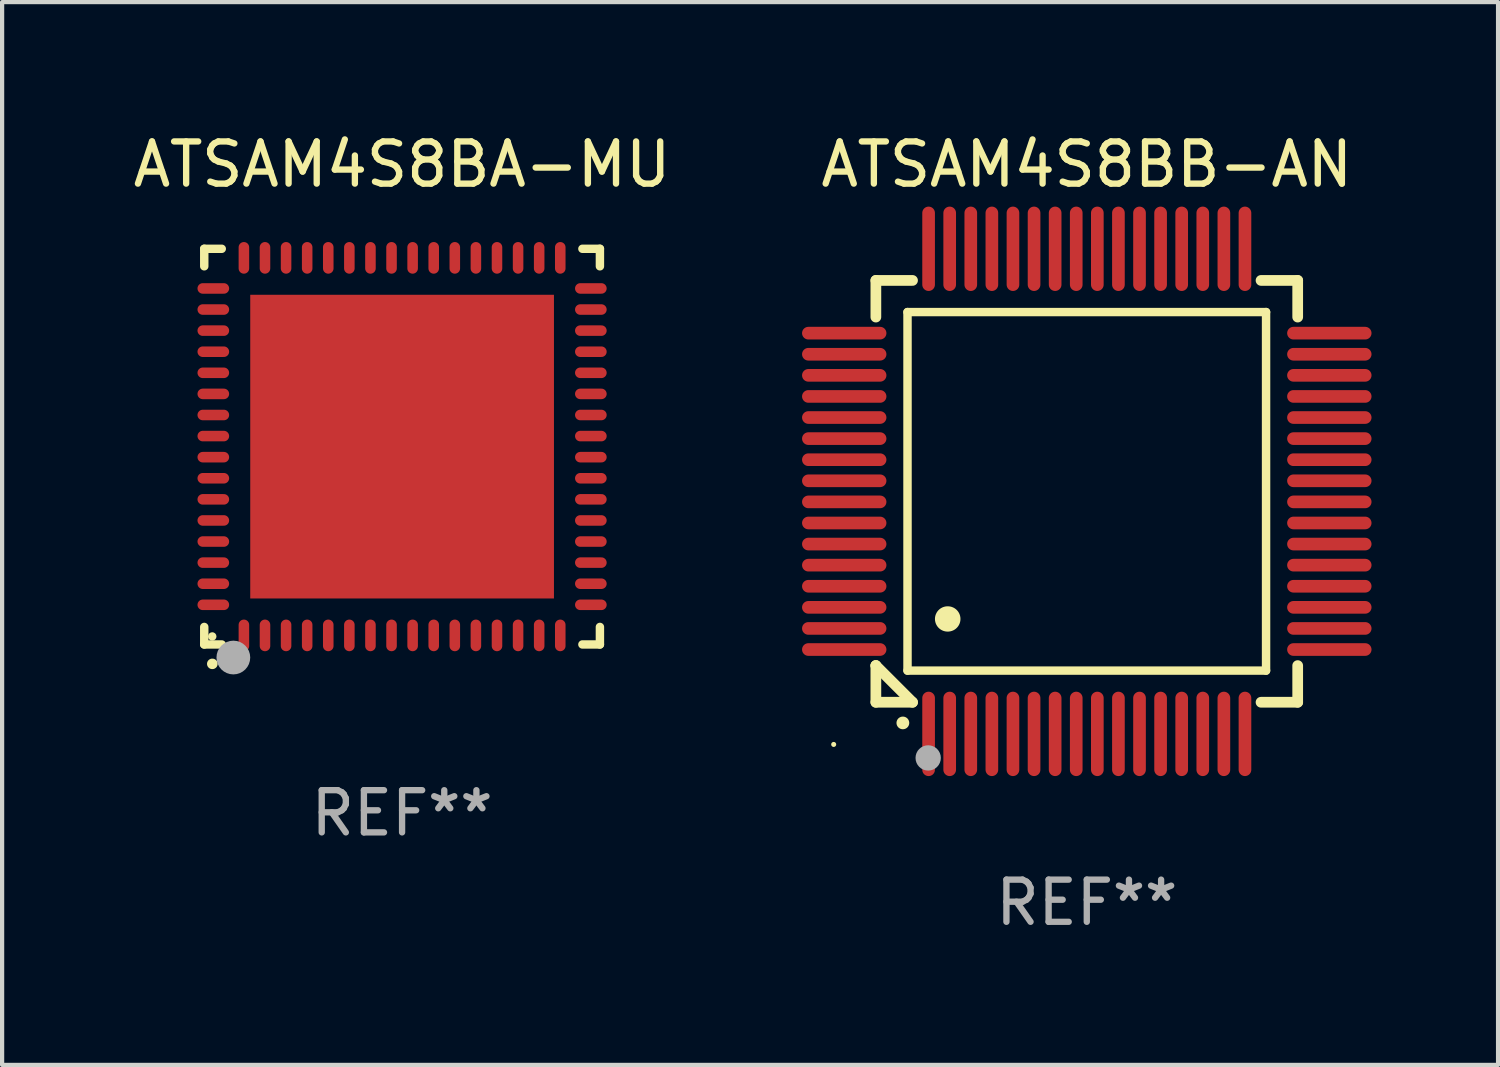
<source format=kicad_pcb>
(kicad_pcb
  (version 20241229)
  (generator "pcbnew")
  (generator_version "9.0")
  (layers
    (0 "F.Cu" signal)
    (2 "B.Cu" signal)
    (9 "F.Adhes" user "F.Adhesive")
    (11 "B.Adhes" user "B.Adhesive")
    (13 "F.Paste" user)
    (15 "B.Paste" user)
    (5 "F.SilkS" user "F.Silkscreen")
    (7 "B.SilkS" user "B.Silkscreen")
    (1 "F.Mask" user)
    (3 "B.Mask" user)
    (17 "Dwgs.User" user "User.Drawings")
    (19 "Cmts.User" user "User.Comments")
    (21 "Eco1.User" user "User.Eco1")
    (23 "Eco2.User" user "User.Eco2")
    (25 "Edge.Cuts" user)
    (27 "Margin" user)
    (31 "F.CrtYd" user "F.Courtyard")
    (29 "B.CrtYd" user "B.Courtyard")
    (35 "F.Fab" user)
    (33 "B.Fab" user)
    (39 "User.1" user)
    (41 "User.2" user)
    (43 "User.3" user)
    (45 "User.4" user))
  (footprint "ATSAM4S8BA-MU"
    (layer "F.Cu")
    (at 6.482 7.538)
    (property "Reference" "ATSAM4S8BA-MU" (at 0 -6.69 0) (layer "F.SilkS") (effects (font (size 1 1) (thickness 0.15))))
    (attr through_hole)
    (fp_line (start -4.69 -4.69) (end -4.275 -4.69) (stroke (width 0.2) (type solid)) (layer "F.SilkS"))
    (fp_line (start -4.69 -4.275) (end -4.69 -4.69) (stroke (width 0.2) (type solid)) (layer "F.SilkS"))
    (fp_line (start -4.69 4.69) (end -4.69 4.275) (stroke (width 0.2) (type solid)) (layer "F.SilkS"))
    (fp_line (start -4.275 4.69) (end -4.69 4.69) (stroke (width 0.2) (type solid)) (layer "F.SilkS"))
    (fp_line (start 4.275 4.69) (end 4.69 4.69) (stroke (width 0.2) (type solid)) (layer "F.SilkS"))
    (fp_line (start 4.69 -4.69) (end 4.275 -4.69) (stroke (width 0.2) (type solid)) (layer "F.SilkS"))
    (fp_line (start 4.69 -4.275) (end 4.69 -4.69) (stroke (width 0.2) (type solid)) (layer "F.SilkS"))
    (fp_line (start 4.69 4.69) (end 4.69 4.275) (stroke (width 0.2) (type solid)) (layer "F.SilkS"))
    (fp_arc (start -4.499886 5.15) (mid -4.498616 5.149994) (end -4.497346 5.15) (stroke (width 0.24892) (type solid)) (layer "F.SilkS"))
    (fp_circle (center -4.5 4.5) (end -4.45 4.5) (stroke (width 0.1) (type solid)) (fill no) (layer "F.SilkS"))
    (fp_circle (center -4 5) (end -3.8 5) (stroke (width 0.4) (type solid)) (fill no) (layer "F.Fab"))
    (fp_text user "REF**" (at 0 8.69 0) (layer "F.Fab") (effects (font (size 1 1) (thickness 0.15))))
    (pad "1" smd oval (at -3.75 4.475) (size 0.25 0.75) (layers "F.Cu" "F.Mask" "F.Paste"))
    (pad "2" smd oval (at -3.25 4.475) (size 0.25 0.75) (layers "F.Cu" "F.Mask" "F.Paste"))
    (pad "3" smd oval (at -2.75 4.475) (size 0.25 0.75) (layers "F.Cu" "F.Mask" "F.Paste"))
    (pad "4" smd oval (at -2.25 4.475) (size 0.25 0.75) (layers "F.Cu" "F.Mask" "F.Paste"))
    (pad "5" smd oval (at -1.75 4.475) (size 0.25 0.75) (layers "F.Cu" "F.Mask" "F.Paste"))
    (pad "6" smd oval (at -1.25 4.475) (size 0.25 0.75) (layers "F.Cu" "F.Mask" "F.Paste"))
    (pad "7" smd oval (at -0.75 4.475) (size 0.25 0.75) (layers "F.Cu" "F.Mask" "F.Paste"))
    (pad "8" smd oval (at -0.25 4.475) (size 0.25 0.75) (layers "F.Cu" "F.Mask" "F.Paste"))
    (pad "9" smd oval (at 0.25 4.475) (size 0.25 0.75) (layers "F.Cu" "F.Mask" "F.Paste"))
    (pad "10" smd oval (at 0.75 4.475) (size 0.25 0.75) (layers "F.Cu" "F.Mask" "F.Paste"))
    (pad "11" smd oval (at 1.25 4.475) (size 0.25 0.75) (layers "F.Cu" "F.Mask" "F.Paste"))
    (pad "12" smd oval (at 1.75 4.475) (size 0.25 0.75) (layers "F.Cu" "F.Mask" "F.Paste"))
    (pad "13" smd oval (at 2.25 4.475) (size 0.25 0.75) (layers "F.Cu" "F.Mask" "F.Paste"))
    (pad "14" smd oval (at 2.75 4.475) (size 0.25 0.75) (layers "F.Cu" "F.Mask" "F.Paste"))
    (pad "15" smd oval (at 3.25 4.475) (size 0.25 0.75) (layers "F.Cu" "F.Mask" "F.Paste"))
    (pad "16" smd oval (at 3.75 4.475) (size 0.25 0.75) (layers "F.Cu" "F.Mask" "F.Paste"))
    (pad "17" smd oval (at 4.475 3.75) (size 0.75 0.25) (layers "F.Cu" "F.Mask" "F.Paste"))
    (pad "18" smd oval (at 4.475 3.25) (size 0.75 0.25) (layers "F.Cu" "F.Mask" "F.Paste"))
    (pad "19" smd oval (at 4.475 2.75) (size 0.75 0.25) (layers "F.Cu" "F.Mask" "F.Paste"))
    (pad "20" smd oval (at 4.475 2.25) (size 0.75 0.25) (layers "F.Cu" "F.Mask" "F.Paste"))
    (pad "21" smd oval (at 4.475 1.75) (size 0.75 0.25) (layers "F.Cu" "F.Mask" "F.Paste"))
    (pad "22" smd oval (at 4.475 1.25) (size 0.75 0.25) (layers "F.Cu" "F.Mask" "F.Paste"))
    (pad "23" smd oval (at 4.475 0.75) (size 0.75 0.25) (layers "F.Cu" "F.Mask" "F.Paste"))
    (pad "24" smd oval (at 4.475 0.25) (size 0.75 0.25) (layers "F.Cu" "F.Mask" "F.Paste"))
    (pad "25" smd oval (at 4.475 -0.25) (size 0.75 0.25) (layers "F.Cu" "F.Mask" "F.Paste"))
    (pad "26" smd oval (at 4.475 -0.75) (size 0.75 0.25) (layers "F.Cu" "F.Mask" "F.Paste"))
    (pad "27" smd oval (at 4.475 -1.25) (size 0.75 0.25) (layers "F.Cu" "F.Mask" "F.Paste"))
    (pad "28" smd oval (at 4.475 -1.75) (size 0.75 0.25) (layers "F.Cu" "F.Mask" "F.Paste"))
    (pad "29" smd oval (at 4.475 -2.25) (size 0.75 0.25) (layers "F.Cu" "F.Mask" "F.Paste"))
    (pad "30" smd oval (at 4.475 -2.75) (size 0.75 0.25) (layers "F.Cu" "F.Mask" "F.Paste"))
    (pad "31" smd oval (at 4.475 -3.25) (size 0.75 0.25) (layers "F.Cu" "F.Mask" "F.Paste"))
    (pad "32" smd oval (at 4.475 -3.75) (size 0.75 0.25) (layers "F.Cu" "F.Mask" "F.Paste"))
    (pad "33" smd oval (at 3.75 -4.475) (size 0.25 0.75) (layers "F.Cu" "F.Mask" "F.Paste"))
    (pad "34" smd oval (at 3.25 -4.475) (size 0.25 0.75) (layers "F.Cu" "F.Mask" "F.Paste"))
    (pad "35" smd oval (at 2.75 -4.475) (size 0.25 0.75) (layers "F.Cu" "F.Mask" "F.Paste"))
    (pad "36" smd oval (at 2.25 -4.475) (size 0.25 0.75) (layers "F.Cu" "F.Mask" "F.Paste"))
    (pad "37" smd oval (at 1.75 -4.475) (size 0.25 0.75) (layers "F.Cu" "F.Mask" "F.Paste"))
    (pad "38" smd oval (at 1.25 -4.475) (size 0.25 0.75) (layers "F.Cu" "F.Mask" "F.Paste"))
    (pad "39" smd oval (at 0.75 -4.475) (size 0.25 0.75) (layers "F.Cu" "F.Mask" "F.Paste"))
    (pad "40" smd oval (at 0.25 -4.475) (size 0.25 0.75) (layers "F.Cu" "F.Mask" "F.Paste"))
    (pad "41" smd oval (at -0.25 -4.475) (size 0.25 0.75) (layers "F.Cu" "F.Mask" "F.Paste"))
    (pad "42" smd oval (at -0.75 -4.475) (size 0.25 0.75) (layers "F.Cu" "F.Mask" "F.Paste"))
    (pad "43" smd oval (at -1.25 -4.475) (size 0.25 0.75) (layers "F.Cu" "F.Mask" "F.Paste"))
    (pad "44" smd oval (at -1.75 -4.475) (size 0.25 0.75) (layers "F.Cu" "F.Mask" "F.Paste"))
    (pad "45" smd oval (at -2.25 -4.475) (size 0.25 0.75) (layers "F.Cu" "F.Mask" "F.Paste"))
    (pad "46" smd oval (at -2.75 -4.475) (size 0.25 0.75) (layers "F.Cu" "F.Mask" "F.Paste"))
    (pad "47" smd oval (at -3.25 -4.475) (size 0.25 0.75) (layers "F.Cu" "F.Mask" "F.Paste"))
    (pad "48" smd oval (at -3.75 -4.475) (size 0.25 0.75) (layers "F.Cu" "F.Mask" "F.Paste"))
    (pad "49" smd oval (at -4.475 -3.75) (size 0.75 0.25) (layers "F.Cu" "F.Mask" "F.Paste"))
    (pad "50" smd oval (at -4.475 -3.25) (size 0.75 0.25) (layers "F.Cu" "F.Mask" "F.Paste"))
    (pad "51" smd oval (at -4.475 -2.75) (size 0.75 0.25) (layers "F.Cu" "F.Mask" "F.Paste"))
    (pad "52" smd oval (at -4.475 -2.25) (size 0.75 0.25) (layers "F.Cu" "F.Mask" "F.Paste"))
    (pad "53" smd oval (at -4.475 -1.75) (size 0.75 0.25) (layers "F.Cu" "F.Mask" "F.Paste"))
    (pad "54" smd oval (at -4.475 -1.25) (size 0.75 0.25) (layers "F.Cu" "F.Mask" "F.Paste"))
    (pad "55" smd oval (at -4.475 -0.75) (size 0.75 0.25) (layers "F.Cu" "F.Mask" "F.Paste"))
    (pad "56" smd oval (at -4.475 -0.25) (size 0.75 0.25) (layers "F.Cu" "F.Mask" "F.Paste"))
    (pad "57" smd oval (at -4.475 0.25) (size 0.75 0.25) (layers "F.Cu" "F.Mask" "F.Paste"))
    (pad "58" smd oval (at -4.475 0.75) (size 0.75 0.25) (layers "F.Cu" "F.Mask" "F.Paste"))
    (pad "59" smd oval (at -4.475 1.25) (size 0.75 0.25) (layers "F.Cu" "F.Mask" "F.Paste"))
    (pad "60" smd oval (at -4.475 1.75) (size 0.75 0.25) (layers "F.Cu" "F.Mask" "F.Paste"))
    (pad "61" smd oval (at -4.475 2.25) (size 0.75 0.25) (layers "F.Cu" "F.Mask" "F.Paste"))
    (pad "62" smd oval (at -4.475 2.75) (size 0.75 0.25) (layers "F.Cu" "F.Mask" "F.Paste"))
    (pad "63" smd oval (at -4.475 3.25) (size 0.75 0.25) (layers "F.Cu" "F.Mask" "F.Paste"))
    (pad "64" smd oval (at -4.475 3.75) (size 0.75 0.25) (layers "F.Cu" "F.Mask" "F.Paste"))
    (pad "65" smd rect (at 0.000368 0.000013) (size 7.2 7.2) (layers "F.Cu" "F.Mask" "F.Paste")))
  (footprint "ATSAM4S8BB-AN"
    (layer "F.Cu")
    (at 22.714 8.598)
    (property "Reference" "ATSAM4S8BB-AN" (at 0 -7.75 0) (layer "F.SilkS") (effects (font (size 1 1) (thickness 0.15))))
    (attr through_hole)
    (fp_line (start -5 -5) (end -4.131 -5) (stroke (width 0.254) (type solid)) (layer "F.SilkS"))
    (fp_line (start -5 -4.131) (end -5 -5) (stroke (width 0.254) (type solid)) (layer "F.SilkS"))
    (fp_line (start -5 4.131) (end -5 4.131) (stroke (width 0.254) (type solid)) (layer "F.SilkS"))
    (fp_line (start -5 5) (end -5 4.131) (stroke (width 0.254) (type solid)) (layer "F.SilkS"))
    (fp_line (start -5 4.131) (end -4.131 5) (stroke (width 0.254) (type solid)) (layer "F.SilkS"))
    (fp_line (start -4.25 -4.25) (end -4.25 4.25) (stroke (width 0.2) (type solid)) (layer "F.SilkS"))
    (fp_line (start -4.25 4.25) (end 4.25 4.25) (stroke (width 0.2) (type solid)) (layer "F.SilkS"))
    (fp_line (start -4.131 5) (end -5 5) (stroke (width 0.254) (type solid)) (layer "F.SilkS"))
    (fp_line (start 4.25 -4.25) (end -4.25 -4.25) (stroke (width 0.2) (type solid)) (layer "F.SilkS"))
    (fp_line (start 4.25 4.25) (end 4.25 -4.25) (stroke (width 0.2) (type solid)) (layer "F.SilkS"))
    (fp_line (start 5 -5) (end 4.131 -5) (stroke (width 0.254) (type solid)) (layer "F.SilkS"))
    (fp_line (start 5 -5) (end 5 -4.131) (stroke (width 0.254) (type solid)) (layer "F.SilkS"))
    (fp_line (start 5 4.131) (end 5 5) (stroke (width 0.254) (type solid)) (layer "F.SilkS"))
    (fp_line (start 5 5) (end 4.131 5) (stroke (width 0.254) (type solid)) (layer "F.SilkS"))
    (fp_arc (start -4.361265 5.489992) (mid -4.359995 5.489987) (end -4.358725 5.489992) (stroke (width 0.3) (type solid)) (layer "F.SilkS"))
    (fp_arc (start -3.299467 3.025146) (mid -3.296927 3.025135) (end -3.294387 3.025146) (stroke (width 0.6) (type solid)) (layer "F.SilkS"))
    (fp_circle (center -6 6) (end -5.97 6) (stroke (width 0.06) (type solid)) (fill no) (layer "F.SilkS"))
    (fp_circle (center -3.76 6.32) (end -3.61 6.32) (stroke (width 0.3) (type solid)) (fill no) (layer "F.Fab"))
    (fp_text user "REF**" (at 0 9.75 0) (layer "F.Fab") (effects (font (size 1 1) (thickness 0.15))))
    (pad "1" smd oval (at -3.75 5.75) (size 0.3 2) (layers "F.Cu" "F.Mask" "F.Paste"))
    (pad "2" smd oval (at -3.25 5.75) (size 0.3 2) (layers "F.Cu" "F.Mask" "F.Paste"))
    (pad "3" smd oval (at -2.75 5.75) (size 0.3 2) (layers "F.Cu" "F.Mask" "F.Paste"))
    (pad "4" smd oval (at -2.25 5.75) (size 0.3 2) (layers "F.Cu" "F.Mask" "F.Paste"))
    (pad "5" smd oval (at -1.75 5.75) (size 0.3 2) (layers "F.Cu" "F.Mask" "F.Paste"))
    (pad "6" smd oval (at -1.25 5.75) (size 0.3 2) (layers "F.Cu" "F.Mask" "F.Paste"))
    (pad "7" smd oval (at -0.75 5.75) (size 0.3 2) (layers "F.Cu" "F.Mask" "F.Paste"))
    (pad "8" smd oval (at -0.25 5.75) (size 0.3 2) (layers "F.Cu" "F.Mask" "F.Paste"))
    (pad "9" smd oval (at 0.25 5.75) (size 0.3 2) (layers "F.Cu" "F.Mask" "F.Paste"))
    (pad "10" smd oval (at 0.75 5.75) (size 0.3 2) (layers "F.Cu" "F.Mask" "F.Paste"))
    (pad "11" smd oval (at 1.25 5.75) (size 0.3 2) (layers "F.Cu" "F.Mask" "F.Paste"))
    (pad "12" smd oval (at 1.75 5.75) (size 0.3 2) (layers "F.Cu" "F.Mask" "F.Paste"))
    (pad "13" smd oval (at 2.25 5.75) (size 0.3 2) (layers "F.Cu" "F.Mask" "F.Paste"))
    (pad "14" smd oval (at 2.75 5.75) (size 0.3 2) (layers "F.Cu" "F.Mask" "F.Paste"))
    (pad "15" smd oval (at 3.25 5.75) (size 0.3 2) (layers "F.Cu" "F.Mask" "F.Paste"))
    (pad "16" smd oval (at 3.75 5.75) (size 0.3 2) (layers "F.Cu" "F.Mask" "F.Paste"))
    (pad "17" smd oval (at 5.75 3.75) (size 2 0.3) (layers "F.Cu" "F.Mask" "F.Paste"))
    (pad "18" smd oval (at 5.75 3.25) (size 2 0.3) (layers "F.Cu" "F.Mask" "F.Paste"))
    (pad "19" smd oval (at 5.75 2.75) (size 2 0.3) (layers "F.Cu" "F.Mask" "F.Paste"))
    (pad "20" smd oval (at 5.75 2.25) (size 2 0.3) (layers "F.Cu" "F.Mask" "F.Paste"))
    (pad "21" smd oval (at 5.75 1.75) (size 2 0.3) (layers "F.Cu" "F.Mask" "F.Paste"))
    (pad "22" smd oval (at 5.75 1.25) (size 2 0.3) (layers "F.Cu" "F.Mask" "F.Paste"))
    (pad "23" smd oval (at 5.75 0.75) (size 2 0.3) (layers "F.Cu" "F.Mask" "F.Paste"))
    (pad "24" smd oval (at 5.75 0.25) (size 2 0.3) (layers "F.Cu" "F.Mask" "F.Paste"))
    (pad "25" smd oval (at 5.75 -0.25) (size 2 0.3) (layers "F.Cu" "F.Mask" "F.Paste"))
    (pad "26" smd oval (at 5.75 -0.75) (size 2 0.3) (layers "F.Cu" "F.Mask" "F.Paste"))
    (pad "27" smd oval (at 5.75 -1.25) (size 2 0.3) (layers "F.Cu" "F.Mask" "F.Paste"))
    (pad "28" smd oval (at 5.75 -1.75) (size 2 0.3) (layers "F.Cu" "F.Mask" "F.Paste"))
    (pad "29" smd oval (at 5.75 -2.25) (size 2 0.3) (layers "F.Cu" "F.Mask" "F.Paste"))
    (pad "30" smd oval (at 5.75 -2.75) (size 2 0.3) (layers "F.Cu" "F.Mask" "F.Paste"))
    (pad "31" smd oval (at 5.75 -3.25) (size 2 0.3) (layers "F.Cu" "F.Mask" "F.Paste"))
    (pad "32" smd oval (at 5.75 -3.75) (size 2 0.3) (layers "F.Cu" "F.Mask" "F.Paste"))
    (pad "33" smd oval (at 3.75 -5.75) (size 0.3 2) (layers "F.Cu" "F.Mask" "F.Paste"))
    (pad "34" smd oval (at 3.25 -5.75) (size 0.3 2) (layers "F.Cu" "F.Mask" "F.Paste"))
    (pad "35" smd oval (at 2.75 -5.75) (size 0.3 2) (layers "F.Cu" "F.Mask" "F.Paste"))
    (pad "36" smd oval (at 2.25 -5.75) (size 0.3 2) (layers "F.Cu" "F.Mask" "F.Paste"))
    (pad "37" smd oval (at 1.75 -5.75) (size 0.3 2) (layers "F.Cu" "F.Mask" "F.Paste"))
    (pad "38" smd oval (at 1.25 -5.75) (size 0.3 2) (layers "F.Cu" "F.Mask" "F.Paste"))
    (pad "39" smd oval (at 0.75 -5.75) (size 0.3 2) (layers "F.Cu" "F.Mask" "F.Paste"))
    (pad "40" smd oval (at 0.25 -5.75) (size 0.3 2) (layers "F.Cu" "F.Mask" "F.Paste"))
    (pad "41" smd oval (at -0.25 -5.75) (size 0.3 2) (layers "F.Cu" "F.Mask" "F.Paste"))
    (pad "42" smd oval (at -0.75 -5.75) (size 0.3 2) (layers "F.Cu" "F.Mask" "F.Paste"))
    (pad "43" smd oval (at -1.25 -5.75) (size 0.3 2) (layers "F.Cu" "F.Mask" "F.Paste"))
    (pad "44" smd oval (at -1.75 -5.75) (size 0.3 2) (layers "F.Cu" "F.Mask" "F.Paste"))
    (pad "45" smd oval (at -2.25 -5.75) (size 0.3 2) (layers "F.Cu" "F.Mask" "F.Paste"))
    (pad "46" smd oval (at -2.75 -5.75) (size 0.3 2) (layers "F.Cu" "F.Mask" "F.Paste"))
    (pad "47" smd oval (at -3.25 -5.75) (size 0.3 2) (layers "F.Cu" "F.Mask" "F.Paste"))
    (pad "48" smd oval (at -3.75 -5.75) (size 0.3 2) (layers "F.Cu" "F.Mask" "F.Paste"))
    (pad "49" smd oval (at -5.75 -3.75) (size 2 0.3) (layers "F.Cu" "F.Mask" "F.Paste"))
    (pad "50" smd oval (at -5.75 -3.25) (size 2 0.3) (layers "F.Cu" "F.Mask" "F.Paste"))
    (pad "51" smd oval (at -5.75 -2.75) (size 2 0.3) (layers "F.Cu" "F.Mask" "F.Paste"))
    (pad "52" smd oval (at -5.75 -2.25) (size 2 0.3) (layers "F.Cu" "F.Mask" "F.Paste"))
    (pad "53" smd oval (at -5.75 -1.75) (size 2 0.3) (layers "F.Cu" "F.Mask" "F.Paste"))
    (pad "54" smd oval (at -5.75 -1.25) (size 2 0.3) (layers "F.Cu" "F.Mask" "F.Paste"))
    (pad "55" smd oval (at -5.75 -0.75) (size 2 0.3) (layers "F.Cu" "F.Mask" "F.Paste"))
    (pad "56" smd oval (at -5.75 -0.25) (size 2 0.3) (layers "F.Cu" "F.Mask" "F.Paste"))
    (pad "57" smd oval (at -5.75 0.25) (size 2 0.3) (layers "F.Cu" "F.Mask" "F.Paste"))
    (pad "58" smd oval (at -5.75 0.75) (size 2 0.3) (layers "F.Cu" "F.Mask" "F.Paste"))
    (pad "59" smd oval (at -5.75 1.25) (size 2 0.3) (layers "F.Cu" "F.Mask" "F.Paste"))
    (pad "60" smd oval (at -5.75 1.75) (size 2 0.3) (layers "F.Cu" "F.Mask" "F.Paste"))
    (pad "61" smd oval (at -5.75 2.25) (size 2 0.3) (layers "F.Cu" "F.Mask" "F.Paste"))
    (pad "62" smd oval (at -5.75 2.75) (size 2 0.3) (layers "F.Cu" "F.Mask" "F.Paste"))
    (pad "63" smd oval (at -5.75 3.25) (size 2 0.3) (layers "F.Cu" "F.Mask" "F.Paste"))
    (pad "64" smd oval (at -5.75 3.75) (size 2 0.3) (layers "F.Cu" "F.Mask" "F.Paste")))
  (gr_rect
    (start -3 -3)
    (end 32.464 22.196)
    (stroke (width 0.1) (type default))
    (fill no)
    (layer "Edge.Cuts")))
</source>
